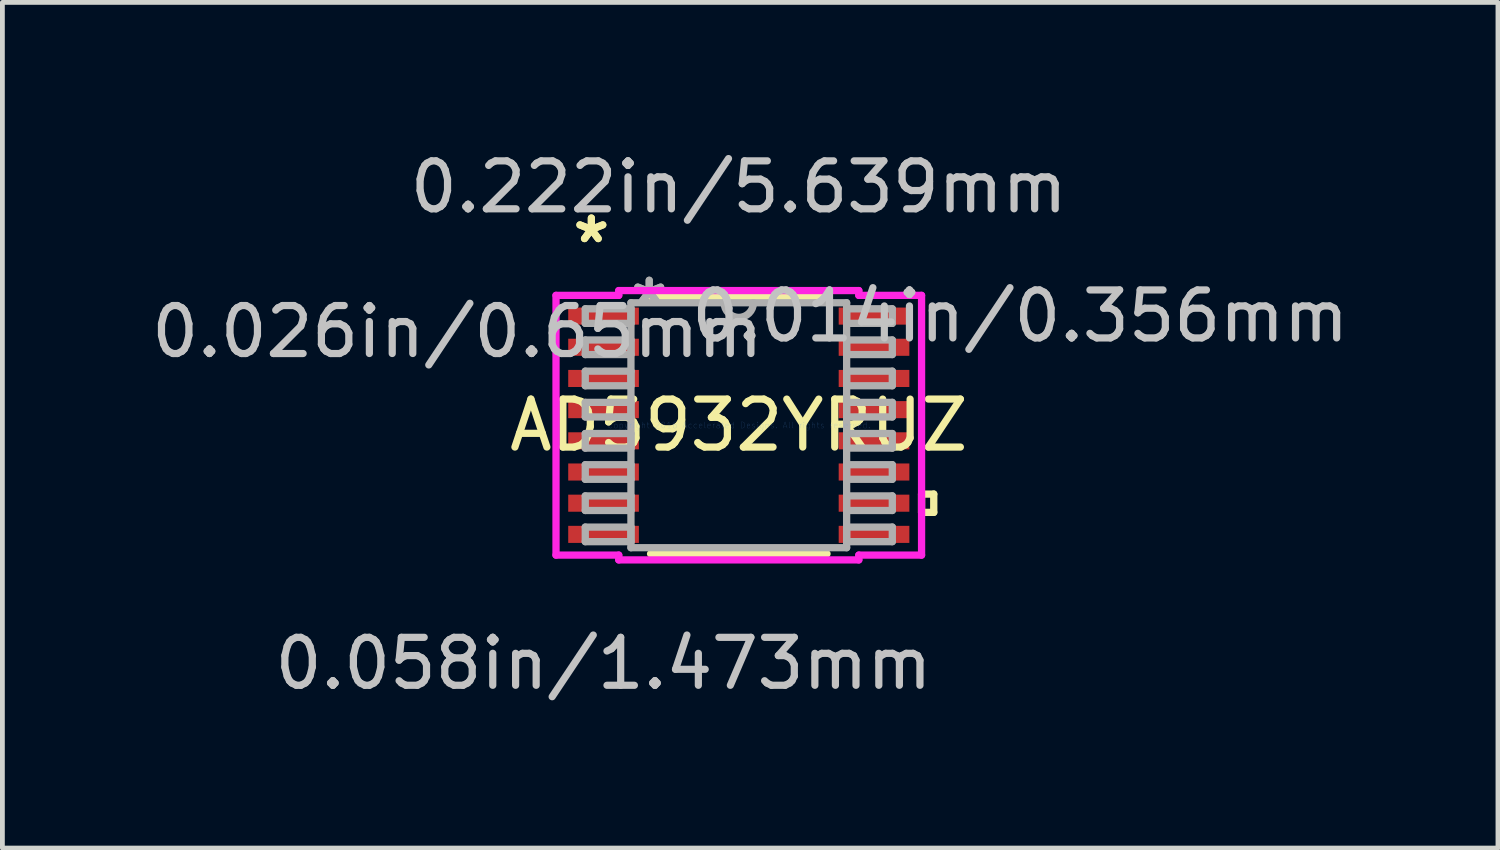
<source format=kicad_pcb>
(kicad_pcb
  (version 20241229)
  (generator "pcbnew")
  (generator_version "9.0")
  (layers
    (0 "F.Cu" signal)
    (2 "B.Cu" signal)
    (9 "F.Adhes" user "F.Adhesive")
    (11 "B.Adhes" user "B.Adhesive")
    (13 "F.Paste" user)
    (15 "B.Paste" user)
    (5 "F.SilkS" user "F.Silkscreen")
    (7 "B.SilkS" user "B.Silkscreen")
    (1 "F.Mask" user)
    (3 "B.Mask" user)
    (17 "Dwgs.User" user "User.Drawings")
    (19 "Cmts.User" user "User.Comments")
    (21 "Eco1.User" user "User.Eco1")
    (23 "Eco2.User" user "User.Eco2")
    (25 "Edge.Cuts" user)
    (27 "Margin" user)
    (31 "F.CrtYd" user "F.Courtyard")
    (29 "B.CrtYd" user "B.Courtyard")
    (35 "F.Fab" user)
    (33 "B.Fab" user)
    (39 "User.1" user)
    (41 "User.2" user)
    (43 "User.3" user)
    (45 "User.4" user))
  (footprint "AD5932YRUZ"
    (layer "F.Cu")
    (at 12.35 5.814)
    (property "Reference" "AD5932YRUZ" (at 0 0 0) (layer "F.SilkS") (effects (font (size 1 1) (thickness 0.15))))
    (attr through_hole)
    (fp_line (start -1.839 2.68) (end 1.839 2.68) (stroke (width 0.152) (type solid)) (layer "F.SilkS"))
    (fp_line (start 1.839 -2.68) (end -1.839 -2.68) (stroke (width 0.152) (type solid)) (layer "F.SilkS"))
    (fp_line (start 3.81 1.435) (end 4.064 1.435) (stroke (width 0.152) (type solid)) (layer "F.SilkS"))
    (fp_line (start 3.81 1.816) (end 3.81 1.435) (stroke (width 0.152) (type solid)) (layer "F.SilkS"))
    (fp_line (start 4.064 1.435) (end 4.064 1.816) (stroke (width 0.152) (type solid)) (layer "F.SilkS"))
    (fp_line (start 4.064 1.816) (end 3.81 1.816) (stroke (width 0.152) (type solid)) (layer "F.SilkS"))
    (fp_line (start -3.81 -2.707) (end -2.502 -2.707) (stroke (width 0.152) (type solid)) (layer "F.CrtYd"))
    (fp_line (start -3.81 2.707) (end -3.81 -2.707) (stroke (width 0.152) (type solid)) (layer "F.CrtYd"))
    (fp_line (start -2.502 -2.807) (end 2.502 -2.807) (stroke (width 0.152) (type solid)) (layer "F.CrtYd"))
    (fp_line (start -2.502 -2.707) (end -2.502 -2.807) (stroke (width 0.152) (type solid)) (layer "F.CrtYd"))
    (fp_line (start -2.502 2.707) (end -3.81 2.707) (stroke (width 0.152) (type solid)) (layer "F.CrtYd"))
    (fp_line (start -2.502 2.807) (end -2.502 2.707) (stroke (width 0.152) (type solid)) (layer "F.CrtYd"))
    (fp_line (start 2.502 -2.807) (end 2.502 -2.707) (stroke (width 0.152) (type solid)) (layer "F.CrtYd"))
    (fp_line (start 2.502 -2.707) (end 3.81 -2.707) (stroke (width 0.152) (type solid)) (layer "F.CrtYd"))
    (fp_line (start 2.502 2.707) (end 2.502 2.807) (stroke (width 0.152) (type solid)) (layer "F.CrtYd"))
    (fp_line (start 2.502 2.807) (end -2.502 2.807) (stroke (width 0.152) (type solid)) (layer "F.CrtYd"))
    (fp_line (start 3.81 -2.707) (end 3.81 2.707) (stroke (width 0.152) (type solid)) (layer "F.CrtYd"))
    (fp_line (start 3.81 2.707) (end 2.502 2.707) (stroke (width 0.152) (type solid)) (layer "F.CrtYd"))
    (fp_line (start -3.2 -2.427) (end -3.2 -2.123) (stroke (width 0.152) (type solid)) (layer "F.Fab"))
    (fp_line (start -3.2 -2.123) (end -2.248 -2.123) (stroke (width 0.152) (type solid)) (layer "F.Fab"))
    (fp_line (start -3.2 -1.777) (end -3.2 -1.473) (stroke (width 0.152) (type solid)) (layer "F.Fab"))
    (fp_line (start -3.2 -1.473) (end -2.248 -1.473) (stroke (width 0.152) (type solid)) (layer "F.Fab"))
    (fp_line (start -3.2 -1.127) (end -3.2 -0.823) (stroke (width 0.152) (type solid)) (layer "F.Fab"))
    (fp_line (start -3.2 -0.823) (end -2.248 -0.823) (stroke (width 0.152) (type solid)) (layer "F.Fab"))
    (fp_line (start -3.2 -0.477) (end -3.2 -0.173) (stroke (width 0.152) (type solid)) (layer "F.Fab"))
    (fp_line (start -3.2 -0.173) (end -2.248 -0.173) (stroke (width 0.152) (type solid)) (layer "F.Fab"))
    (fp_line (start -3.2 0.173) (end -3.2 0.477) (stroke (width 0.152) (type solid)) (layer "F.Fab"))
    (fp_line (start -3.2 0.477) (end -2.248 0.477) (stroke (width 0.152) (type solid)) (layer "F.Fab"))
    (fp_line (start -3.2 0.823) (end -3.2 1.127) (stroke (width 0.152) (type solid)) (layer "F.Fab"))
    (fp_line (start -3.2 1.127) (end -2.248 1.127) (stroke (width 0.152) (type solid)) (layer "F.Fab"))
    (fp_line (start -3.2 1.473) (end -3.2 1.777) (stroke (width 0.152) (type solid)) (layer "F.Fab"))
    (fp_line (start -3.2 1.777) (end -2.248 1.777) (stroke (width 0.152) (type solid)) (layer "F.Fab"))
    (fp_line (start -3.2 2.123) (end -3.2 2.427) (stroke (width 0.152) (type solid)) (layer "F.Fab"))
    (fp_line (start -3.2 2.427) (end -2.248 2.427) (stroke (width 0.152) (type solid)) (layer "F.Fab"))
    (fp_line (start -2.248 -2.553) (end -2.248 2.553) (stroke (width 0.152) (type solid)) (layer "F.Fab"))
    (fp_line (start -2.248 -2.427) (end -3.2 -2.427) (stroke (width 0.152) (type solid)) (layer "F.Fab"))
    (fp_line (start -2.248 -2.123) (end -2.248 -2.427) (stroke (width 0.152) (type solid)) (layer "F.Fab"))
    (fp_line (start -2.248 -1.777) (end -3.2 -1.777) (stroke (width 0.152) (type solid)) (layer "F.Fab"))
    (fp_line (start -2.248 -1.473) (end -2.248 -1.777) (stroke (width 0.152) (type solid)) (layer "F.Fab"))
    (fp_line (start -2.248 -1.127) (end -3.2 -1.127) (stroke (width 0.152) (type solid)) (layer "F.Fab"))
    (fp_line (start -2.248 -0.823) (end -2.248 -1.127) (stroke (width 0.152) (type solid)) (layer "F.Fab"))
    (fp_line (start -2.248 -0.477) (end -3.2 -0.477) (stroke (width 0.152) (type solid)) (layer "F.Fab"))
    (fp_line (start -2.248 -0.173) (end -2.248 -0.477) (stroke (width 0.152) (type solid)) (layer "F.Fab"))
    (fp_line (start -2.248 0.173) (end -3.2 0.173) (stroke (width 0.152) (type solid)) (layer "F.Fab"))
    (fp_line (start -2.248 0.477) (end -2.248 0.173) (stroke (width 0.152) (type solid)) (layer "F.Fab"))
    (fp_line (start -2.248 0.823) (end -3.2 0.823) (stroke (width 0.152) (type solid)) (layer "F.Fab"))
    (fp_line (start -2.248 1.127) (end -2.248 0.823) (stroke (width 0.152) (type solid)) (layer "F.Fab"))
    (fp_line (start -2.248 1.473) (end -3.2 1.473) (stroke (width 0.152) (type solid)) (layer "F.Fab"))
    (fp_line (start -2.248 1.777) (end -2.248 1.473) (stroke (width 0.152) (type solid)) (layer "F.Fab"))
    (fp_line (start -2.248 2.123) (end -3.2 2.123) (stroke (width 0.152) (type solid)) (layer "F.Fab"))
    (fp_line (start -2.248 2.427) (end -2.248 2.123) (stroke (width 0.152) (type solid)) (layer "F.Fab"))
    (fp_line (start -2.248 2.553) (end 2.248 2.553) (stroke (width 0.152) (type solid)) (layer "F.Fab"))
    (fp_line (start 2.248 -2.553) (end -2.248 -2.553) (stroke (width 0.152) (type solid)) (layer "F.Fab"))
    (fp_line (start 2.248 -2.427) (end 2.248 -2.123) (stroke (width 0.152) (type solid)) (layer "F.Fab"))
    (fp_line (start 2.248 -2.123) (end 3.2 -2.123) (stroke (width 0.152) (type solid)) (layer "F.Fab"))
    (fp_line (start 2.248 -1.777) (end 2.248 -1.473) (stroke (width 0.152) (type solid)) (layer "F.Fab"))
    (fp_line (start 2.248 -1.473) (end 3.2 -1.473) (stroke (width 0.152) (type solid)) (layer "F.Fab"))
    (fp_line (start 2.248 -1.127) (end 2.248 -0.823) (stroke (width 0.152) (type solid)) (layer "F.Fab"))
    (fp_line (start 2.248 -0.823) (end 3.2 -0.823) (stroke (width 0.152) (type solid)) (layer "F.Fab"))
    (fp_line (start 2.248 -0.477) (end 2.248 -0.173) (stroke (width 0.152) (type solid)) (layer "F.Fab"))
    (fp_line (start 2.248 -0.173) (end 3.2 -0.173) (stroke (width 0.152) (type solid)) (layer "F.Fab"))
    (fp_line (start 2.248 0.173) (end 2.248 0.477) (stroke (width 0.152) (type solid)) (layer "F.Fab"))
    (fp_line (start 2.248 0.477) (end 3.2 0.477) (stroke (width 0.152) (type solid)) (layer "F.Fab"))
    (fp_line (start 2.248 0.823) (end 2.248 1.127) (stroke (width 0.152) (type solid)) (layer "F.Fab"))
    (fp_line (start 2.248 1.127) (end 3.2 1.127) (stroke (width 0.152) (type solid)) (layer "F.Fab"))
    (fp_line (start 2.248 1.473) (end 2.248 1.777) (stroke (width 0.152) (type solid)) (layer "F.Fab"))
    (fp_line (start 2.248 1.777) (end 3.2 1.777) (stroke (width 0.152) (type solid)) (layer "F.Fab"))
    (fp_line (start 2.248 2.123) (end 2.248 2.427) (stroke (width 0.152) (type solid)) (layer "F.Fab"))
    (fp_line (start 2.248 2.427) (end 3.2 2.427) (stroke (width 0.152) (type solid)) (layer "F.Fab"))
    (fp_line (start 2.248 2.553) (end 2.248 -2.553) (stroke (width 0.152) (type solid)) (layer "F.Fab"))
    (fp_line (start 3.2 -2.427) (end 2.248 -2.427) (stroke (width 0.152) (type solid)) (layer "F.Fab"))
    (fp_line (start 3.2 -2.123) (end 3.2 -2.427) (stroke (width 0.152) (type solid)) (layer "F.Fab"))
    (fp_line (start 3.2 -1.777) (end 2.248 -1.777) (stroke (width 0.152) (type solid)) (layer "F.Fab"))
    (fp_line (start 3.2 -1.473) (end 3.2 -1.777) (stroke (width 0.152) (type solid)) (layer "F.Fab"))
    (fp_line (start 3.2 -1.127) (end 2.248 -1.127) (stroke (width 0.152) (type solid)) (layer "F.Fab"))
    (fp_line (start 3.2 -0.823) (end 3.2 -1.127) (stroke (width 0.152) (type solid)) (layer "F.Fab"))
    (fp_line (start 3.2 -0.477) (end 2.248 -0.477) (stroke (width 0.152) (type solid)) (layer "F.Fab"))
    (fp_line (start 3.2 -0.173) (end 3.2 -0.477) (stroke (width 0.152) (type solid)) (layer "F.Fab"))
    (fp_line (start 3.2 0.173) (end 2.248 0.173) (stroke (width 0.152) (type solid)) (layer "F.Fab"))
    (fp_line (start 3.2 0.477) (end 3.2 0.173) (stroke (width 0.152) (type solid)) (layer "F.Fab"))
    (fp_line (start 3.2 0.823) (end 2.248 0.823) (stroke (width 0.152) (type solid)) (layer "F.Fab"))
    (fp_line (start 3.2 1.127) (end 3.2 0.823) (stroke (width 0.152) (type solid)) (layer "F.Fab"))
    (fp_line (start 3.2 1.473) (end 2.248 1.473) (stroke (width 0.152) (type solid)) (layer "F.Fab"))
    (fp_line (start 3.2 1.777) (end 3.2 1.473) (stroke (width 0.152) (type solid)) (layer "F.Fab"))
    (fp_line (start 3.2 2.123) (end 2.248 2.123) (stroke (width 0.152) (type solid)) (layer "F.Fab"))
    (fp_line (start 3.2 2.427) (end 3.2 2.123) (stroke (width 0.152) (type solid)) (layer "F.Fab"))
    (fp_arc (start 0.3048 -2.5527) (mid 0 -2.2479) (end -0.3048 -2.5527) (stroke (width 0.1524) (type solid)) (layer "F.Fab"))
    (fp_text user "*" (at -3.073 -3.774 0) (layer "F.SilkS") (effects (font (size 1 1) (thickness 0.15))))
    (fp_text user "*" (at -3.073 -3.774 0) (layer "F.SilkS") (effects (font (size 1 1) (thickness 0.15))))
    (fp_text user "0.026in/0.65mm" (at -5.867 -1.95 0) (layer "Dwgs.User") (effects (font (size 1 1) (thickness 0.15))))
    (fp_text user "0.014in/0.356mm" (at 5.867 -2.275 0) (layer "Dwgs.User") (effects (font (size 1 1) (thickness 0.15))))
    (fp_text user "0.058in/1.473mm" (at -2.819 4.966 0) (layer "Dwgs.User") (effects (font (size 1 1) (thickness 0.15))))
    (fp_text user "0.222in/5.639mm" (at 0 -4.966 0) (layer "Dwgs.User") (effects (font (size 1 1) (thickness 0.15))))
    (fp_text user "Copyright 2016 Accelerated Designs. All rights reserved." (at 0 0 0) (layer "Cmts.User") (effects (font (size 0.127 0.127) (thickness 0.002))))
    (fp_text user "*" (at -1.867 -2.477 0) (layer "F.Fab") (effects (font (size 1 1) (thickness 0.15))))
    (fp_text user "*" (at -1.867 -2.477 0) (layer "F.Fab") (effects (font (size 1 1) (thickness 0.15))))
    (pad "1" smd rect (at -2.819 -2.275) (size 1.473 0.356) (layers "F.Cu" "F.Mask" "F.Paste"))
    (pad "2" smd rect (at -2.819 -1.625) (size 1.473 0.356) (layers "F.Cu" "F.Mask" "F.Paste"))
    (pad "3" smd rect (at -2.819 -0.975) (size 1.473 0.356) (layers "F.Cu" "F.Mask" "F.Paste"))
    (pad "4" smd rect (at -2.819 -0.325) (size 1.473 0.356) (layers "F.Cu" "F.Mask" "F.Paste"))
    (pad "5" smd rect (at -2.819 0.325) (size 1.473 0.356) (layers "F.Cu" "F.Mask" "F.Paste"))
    (pad "6" smd rect (at -2.819 0.975) (size 1.473 0.356) (layers "F.Cu" "F.Mask" "F.Paste"))
    (pad "7" smd rect (at -2.819 1.625) (size 1.473 0.356) (layers "F.Cu" "F.Mask" "F.Paste"))
    (pad "8" smd rect (at -2.819 2.275) (size 1.473 0.356) (layers "F.Cu" "F.Mask" "F.Paste"))
    (pad "9" smd rect (at 2.819 2.275) (size 1.473 0.356) (layers "F.Cu" "F.Mask" "F.Paste"))
    (pad "10" smd rect (at 2.819 1.625) (size 1.473 0.356) (layers "F.Cu" "F.Mask" "F.Paste"))
    (pad "11" smd rect (at 2.819 0.975) (size 1.473 0.356) (layers "F.Cu" "F.Mask" "F.Paste"))
    (pad "12" smd rect (at 2.819 0.325) (size 1.473 0.356) (layers "F.Cu" "F.Mask" "F.Paste"))
    (pad "13" smd rect (at 2.819 -0.325) (size 1.473 0.356) (layers "F.Cu" "F.Mask" "F.Paste"))
    (pad "14" smd rect (at 2.819 -0.975) (size 1.473 0.356) (layers "F.Cu" "F.Mask" "F.Paste"))
    (pad "15" smd rect (at 2.819 -1.625) (size 1.473 0.356) (layers "F.Cu" "F.Mask" "F.Paste"))
    (pad "16" smd rect (at 2.819 -2.275) (size 1.473 0.356) (layers "F.Cu" "F.Mask" "F.Paste")))
  (gr_rect
    (start -3 -3)
    (end 28.175 14.628)
    (stroke (width 0.1) (type default))
    (fill no)
    (layer "Edge.Cuts")))
</source>
